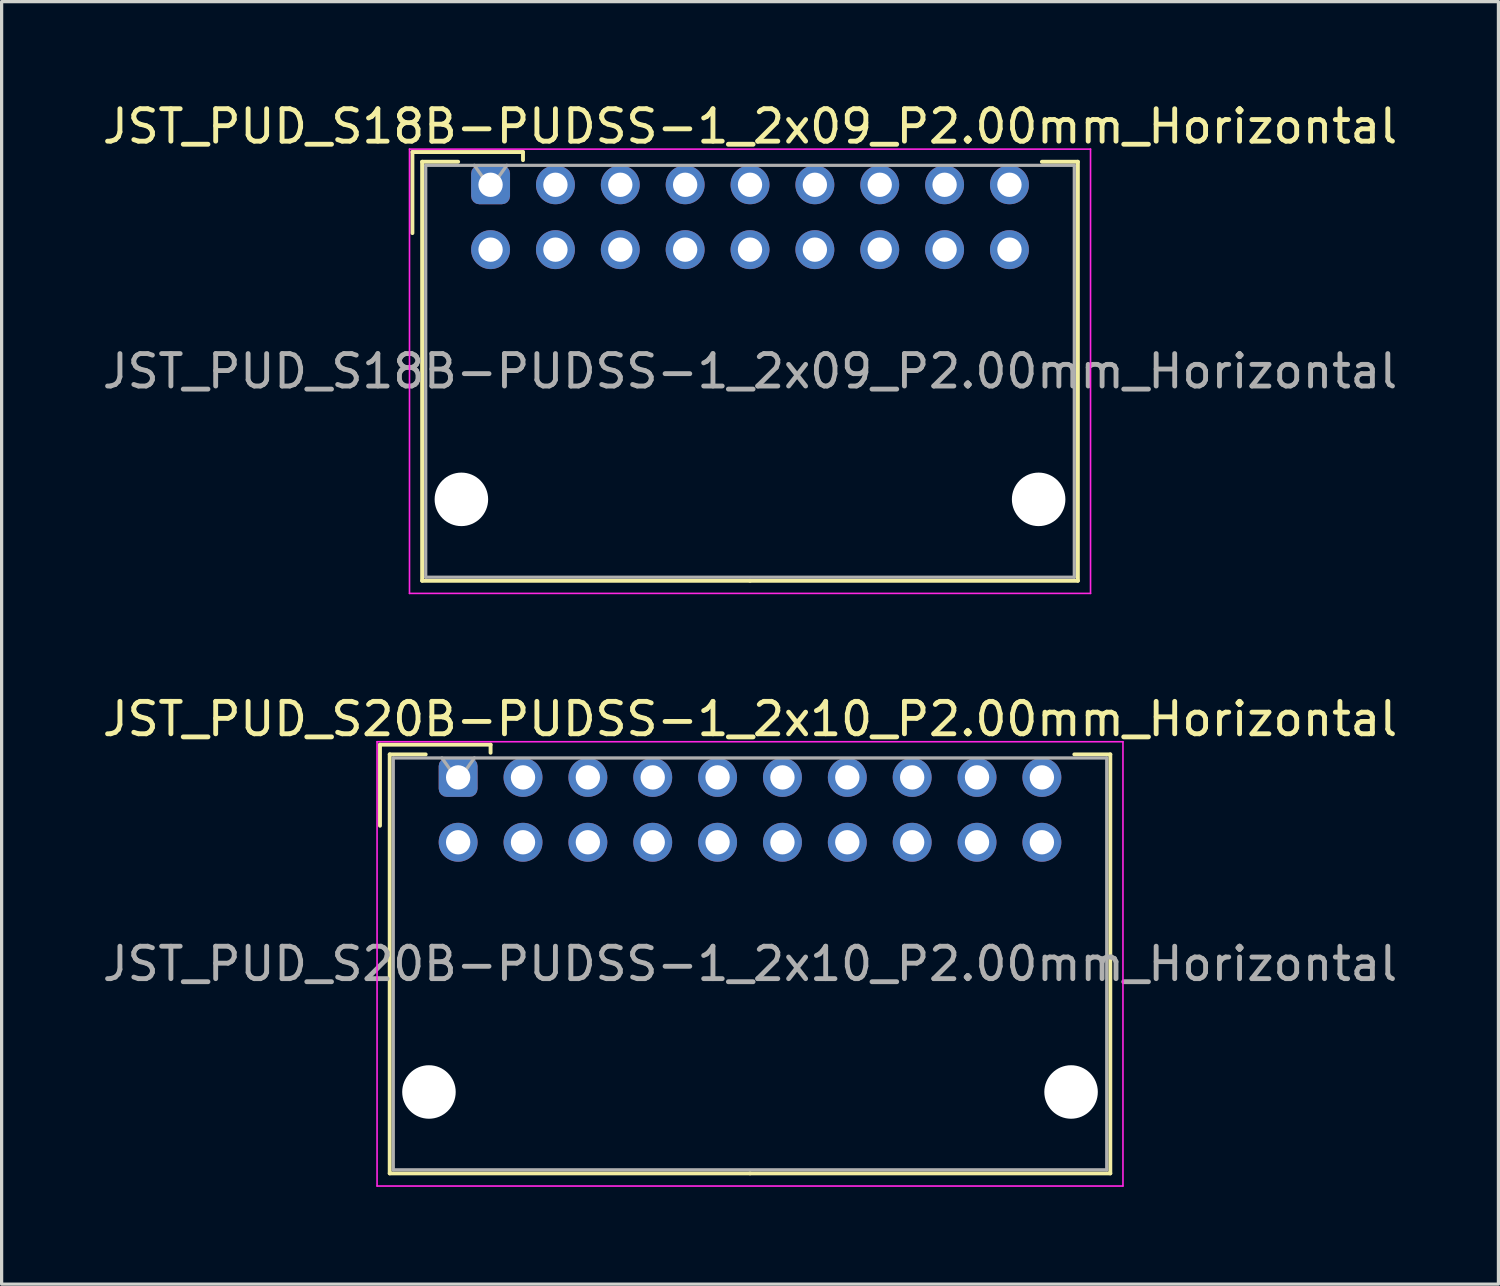
<source format=kicad_pcb>
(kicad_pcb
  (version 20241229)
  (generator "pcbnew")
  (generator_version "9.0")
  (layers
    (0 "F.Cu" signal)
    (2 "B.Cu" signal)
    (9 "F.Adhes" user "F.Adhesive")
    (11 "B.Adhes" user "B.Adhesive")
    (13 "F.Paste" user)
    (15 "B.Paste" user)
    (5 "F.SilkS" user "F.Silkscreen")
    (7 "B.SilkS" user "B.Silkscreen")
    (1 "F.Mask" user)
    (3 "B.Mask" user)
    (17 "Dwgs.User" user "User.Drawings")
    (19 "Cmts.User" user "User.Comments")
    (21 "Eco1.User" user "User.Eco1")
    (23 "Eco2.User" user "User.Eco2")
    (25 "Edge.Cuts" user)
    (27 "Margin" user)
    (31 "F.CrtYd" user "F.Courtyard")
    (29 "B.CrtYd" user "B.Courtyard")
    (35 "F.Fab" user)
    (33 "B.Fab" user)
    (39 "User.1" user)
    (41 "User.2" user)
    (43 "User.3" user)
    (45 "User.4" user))
  (footprint "JST_PUD_S18B-PUDSS-1_2x09_P2.00mm_Horizontal"
    (layer "F.Cu")
    (at 12.077 2.648)
    (property "Reference" "JST_PUD_S18B-PUDSS-1_2x09_P2.00mm_Horizontal" (at 8 -1.8 0) (layer "F.SilkS") (effects (font (size 1 1) (thickness 0.15))))
    (attr through_hole)
    (fp_line (start -2.41 -1.01) (end -2.41 1.49) (stroke (width 0.12) (type solid)) (layer "F.SilkS"))
    (fp_line (start -2.11 -0.71) (end -2.11 12.21) (stroke (width 0.12) (type solid)) (layer "F.SilkS"))
    (fp_line (start -2.11 12.21) (end 8 12.21) (stroke (width 0.12) (type solid)) (layer "F.SilkS"))
    (fp_line (start -1 -0.71) (end -2.11 -0.71) (stroke (width 0.12) (type solid)) (layer "F.SilkS"))
    (fp_line (start 1 -1.01) (end -2.41 -1.01) (stroke (width 0.12) (type solid)) (layer "F.SilkS"))
    (fp_line (start 1 -0.76) (end 1 -1.01) (stroke (width 0.12) (type solid)) (layer "F.SilkS"))
    (fp_line (start 17 -0.71) (end 18.11 -0.71) (stroke (width 0.12) (type solid)) (layer "F.SilkS"))
    (fp_line (start 18.11 -0.71) (end 18.11 12.21) (stroke (width 0.12) (type solid)) (layer "F.SilkS"))
    (fp_line (start 18.11 12.21) (end 8 12.21) (stroke (width 0.12) (type solid)) (layer "F.SilkS"))
    (fp_line (start -2.5 -1.1) (end -2.5 12.6) (stroke (width 0.05) (type solid)) (layer "F.CrtYd"))
    (fp_line (start -2.5 12.6) (end 18.5 12.6) (stroke (width 0.05) (type solid)) (layer "F.CrtYd"))
    (fp_line (start 18.5 -1.1) (end -2.5 -1.1) (stroke (width 0.05) (type solid)) (layer "F.CrtYd"))
    (fp_line (start 18.5 12.6) (end 18.5 -1.1) (stroke (width 0.05) (type solid)) (layer "F.CrtYd"))
    (fp_line (start -2 -0.6) (end -2 12.1) (stroke (width 0.1) (type solid)) (layer "F.Fab"))
    (fp_line (start -2 12.1) (end 18 12.1) (stroke (width 0.1) (type solid)) (layer "F.Fab"))
    (fp_line (start 0 0.107) (end -0.5 -0.6) (stroke (width 0.1) (type solid)) (layer "F.Fab"))
    (fp_line (start 0.5 -0.6) (end 0 0.107) (stroke (width 0.1) (type solid)) (layer "F.Fab"))
    (fp_line (start 18 -0.6) (end -2 -0.6) (stroke (width 0.1) (type solid)) (layer "F.Fab"))
    (fp_line (start 18 12.1) (end 18 -0.6) (stroke (width 0.1) (type solid)) (layer "F.Fab"))
    (fp_text user "${REFERENCE}" (at 8 5.75 0) (layer "F.Fab") (effects (font (size 1 1) (thickness 0.15))))
    (pad "" np_thru_hole circle (at -0.9 9.7) (size 1.65 1.65) (drill 1.65) (layers "*.Cu" "*.Mask"))
    (pad "" np_thru_hole circle (at 16.9 9.7) (size 1.65 1.65) (drill 1.65) (layers "*.Cu" "*.Mask"))
    (pad "1" thru_hole roundrect (at 0 0) (size 1.2 1.2) (drill 0.75) (layers "*.Cu" "*.Mask") (roundrect_rratio 0.208))
    (pad "2" thru_hole circle (at 0 2) (size 1.2 1.2) (drill 0.75) (layers "*.Cu" "*.Mask"))
    (pad "3" thru_hole circle (at 2 0) (size 1.2 1.2) (drill 0.75) (layers "*.Cu" "*.Mask"))
    (pad "4" thru_hole circle (at 2 2) (size 1.2 1.2) (drill 0.75) (layers "*.Cu" "*.Mask"))
    (pad "5" thru_hole circle (at 4 0) (size 1.2 1.2) (drill 0.75) (layers "*.Cu" "*.Mask"))
    (pad "6" thru_hole circle (at 4 2) (size 1.2 1.2) (drill 0.75) (layers "*.Cu" "*.Mask"))
    (pad "7" thru_hole circle (at 6 0) (size 1.2 1.2) (drill 0.75) (layers "*.Cu" "*.Mask"))
    (pad "8" thru_hole circle (at 6 2) (size 1.2 1.2) (drill 0.75) (layers "*.Cu" "*.Mask"))
    (pad "9" thru_hole circle (at 8 0) (size 1.2 1.2) (drill 0.75) (layers "*.Cu" "*.Mask"))
    (pad "10" thru_hole circle (at 8 2) (size 1.2 1.2) (drill 0.75) (layers "*.Cu" "*.Mask"))
    (pad "11" thru_hole circle (at 10 0) (size 1.2 1.2) (drill 0.75) (layers "*.Cu" "*.Mask"))
    (pad "12" thru_hole circle (at 10 2) (size 1.2 1.2) (drill 0.75) (layers "*.Cu" "*.Mask"))
    (pad "13" thru_hole circle (at 12 0) (size 1.2 1.2) (drill 0.75) (layers "*.Cu" "*.Mask"))
    (pad "14" thru_hole circle (at 12 2) (size 1.2 1.2) (drill 0.75) (layers "*.Cu" "*.Mask"))
    (pad "15" thru_hole circle (at 14 0) (size 1.2 1.2) (drill 0.75) (layers "*.Cu" "*.Mask"))
    (pad "16" thru_hole circle (at 14 2) (size 1.2 1.2) (drill 0.75) (layers "*.Cu" "*.Mask"))
    (pad "17" thru_hole circle (at 16 0) (size 1.2 1.2) (drill 0.75) (layers "*.Cu" "*.Mask"))
    (pad "18" thru_hole circle (at 16 2) (size 1.2 1.2) (drill 0.75) (layers "*.Cu" "*.Mask")))
  (footprint "JST_PUD_S20B-PUDSS-1_2x10_P2.00mm_Horizontal"
    (layer "F.Cu")
    (at 11.077 20.922)
    (property "Reference" "JST_PUD_S20B-PUDSS-1_2x10_P2.00mm_Horizontal" (at 9 -1.8 0) (layer "F.SilkS") (effects (font (size 1 1) (thickness 0.15))))
    (attr through_hole)
    (fp_line (start -2.41 -1.01) (end -2.41 1.49) (stroke (width 0.12) (type solid)) (layer "F.SilkS"))
    (fp_line (start -2.11 -0.71) (end -2.11 12.21) (stroke (width 0.12) (type solid)) (layer "F.SilkS"))
    (fp_line (start -2.11 12.21) (end 9 12.21) (stroke (width 0.12) (type solid)) (layer "F.SilkS"))
    (fp_line (start -1 -0.71) (end -2.11 -0.71) (stroke (width 0.12) (type solid)) (layer "F.SilkS"))
    (fp_line (start 1 -1.01) (end -2.41 -1.01) (stroke (width 0.12) (type solid)) (layer "F.SilkS"))
    (fp_line (start 1 -0.76) (end 1 -1.01) (stroke (width 0.12) (type solid)) (layer "F.SilkS"))
    (fp_line (start 19 -0.71) (end 20.11 -0.71) (stroke (width 0.12) (type solid)) (layer "F.SilkS"))
    (fp_line (start 20.11 -0.71) (end 20.11 12.21) (stroke (width 0.12) (type solid)) (layer "F.SilkS"))
    (fp_line (start 20.11 12.21) (end 9 12.21) (stroke (width 0.12) (type solid)) (layer "F.SilkS"))
    (fp_line (start -2.5 -1.1) (end -2.5 12.6) (stroke (width 0.05) (type solid)) (layer "F.CrtYd"))
    (fp_line (start -2.5 12.6) (end 20.5 12.6) (stroke (width 0.05) (type solid)) (layer "F.CrtYd"))
    (fp_line (start 20.5 -1.1) (end -2.5 -1.1) (stroke (width 0.05) (type solid)) (layer "F.CrtYd"))
    (fp_line (start 20.5 12.6) (end 20.5 -1.1) (stroke (width 0.05) (type solid)) (layer "F.CrtYd"))
    (fp_line (start -2 -0.6) (end -2 12.1) (stroke (width 0.1) (type solid)) (layer "F.Fab"))
    (fp_line (start -2 12.1) (end 20 12.1) (stroke (width 0.1) (type solid)) (layer "F.Fab"))
    (fp_line (start 0 0.107) (end -0.5 -0.6) (stroke (width 0.1) (type solid)) (layer "F.Fab"))
    (fp_line (start 0.5 -0.6) (end 0 0.107) (stroke (width 0.1) (type solid)) (layer "F.Fab"))
    (fp_line (start 20 -0.6) (end -2 -0.6) (stroke (width 0.1) (type solid)) (layer "F.Fab"))
    (fp_line (start 20 12.1) (end 20 -0.6) (stroke (width 0.1) (type solid)) (layer "F.Fab"))
    (fp_text user "${REFERENCE}" (at 9 5.75 0) (layer "F.Fab") (effects (font (size 1 1) (thickness 0.15))))
    (pad "" np_thru_hole circle (at -0.9 9.7) (size 1.65 1.65) (drill 1.65) (layers "*.Cu" "*.Mask"))
    (pad "" np_thru_hole circle (at 18.9 9.7) (size 1.65 1.65) (drill 1.65) (layers "*.Cu" "*.Mask"))
    (pad "1" thru_hole roundrect (at 0 0) (size 1.2 1.2) (drill 0.75) (layers "*.Cu" "*.Mask") (roundrect_rratio 0.208))
    (pad "2" thru_hole circle (at 0 2) (size 1.2 1.2) (drill 0.75) (layers "*.Cu" "*.Mask"))
    (pad "3" thru_hole circle (at 2 0) (size 1.2 1.2) (drill 0.75) (layers "*.Cu" "*.Mask"))
    (pad "4" thru_hole circle (at 2 2) (size 1.2 1.2) (drill 0.75) (layers "*.Cu" "*.Mask"))
    (pad "5" thru_hole circle (at 4 0) (size 1.2 1.2) (drill 0.75) (layers "*.Cu" "*.Mask"))
    (pad "6" thru_hole circle (at 4 2) (size 1.2 1.2) (drill 0.75) (layers "*.Cu" "*.Mask"))
    (pad "7" thru_hole circle (at 6 0) (size 1.2 1.2) (drill 0.75) (layers "*.Cu" "*.Mask"))
    (pad "8" thru_hole circle (at 6 2) (size 1.2 1.2) (drill 0.75) (layers "*.Cu" "*.Mask"))
    (pad "9" thru_hole circle (at 8 0) (size 1.2 1.2) (drill 0.75) (layers "*.Cu" "*.Mask"))
    (pad "10" thru_hole circle (at 8 2) (size 1.2 1.2) (drill 0.75) (layers "*.Cu" "*.Mask"))
    (pad "11" thru_hole circle (at 10 0) (size 1.2 1.2) (drill 0.75) (layers "*.Cu" "*.Mask"))
    (pad "12" thru_hole circle (at 10 2) (size 1.2 1.2) (drill 0.75) (layers "*.Cu" "*.Mask"))
    (pad "13" thru_hole circle (at 12 0) (size 1.2 1.2) (drill 0.75) (layers "*.Cu" "*.Mask"))
    (pad "14" thru_hole circle (at 12 2) (size 1.2 1.2) (drill 0.75) (layers "*.Cu" "*.Mask"))
    (pad "15" thru_hole circle (at 14 0) (size 1.2 1.2) (drill 0.75) (layers "*.Cu" "*.Mask"))
    (pad "16" thru_hole circle (at 14 2) (size 1.2 1.2) (drill 0.75) (layers "*.Cu" "*.Mask"))
    (pad "17" thru_hole circle (at 16 0) (size 1.2 1.2) (drill 0.75) (layers "*.Cu" "*.Mask"))
    (pad "18" thru_hole circle (at 16 2) (size 1.2 1.2) (drill 0.75) (layers "*.Cu" "*.Mask"))
    (pad "19" thru_hole circle (at 18 0) (size 1.2 1.2) (drill 0.75) (layers "*.Cu" "*.Mask"))
    (pad "20" thru_hole circle (at 18 2) (size 1.2 1.2) (drill 0.75) (layers "*.Cu" "*.Mask")))
  (gr_rect
    (start -3 -3)
    (end 43.155 36.547)
    (stroke (width 0.1) (type default))
    (fill no)
    (layer "Edge.Cuts")))
</source>
